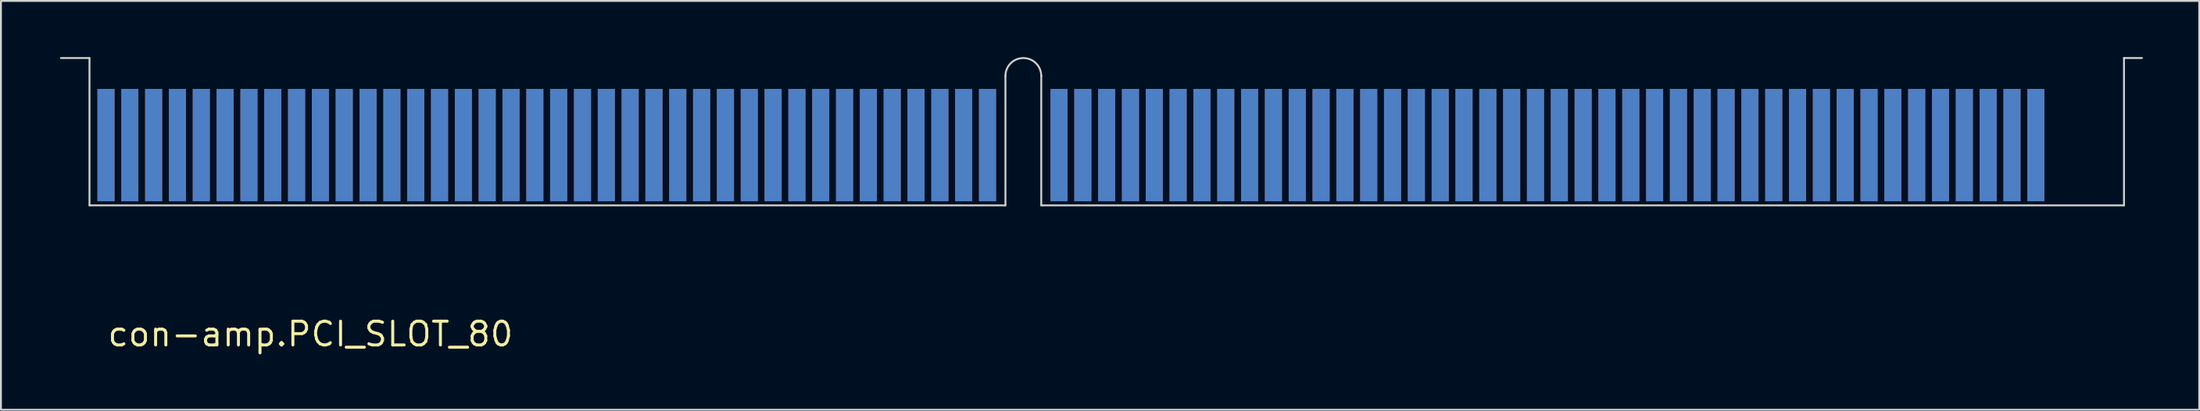
<source format=kicad_pcb>
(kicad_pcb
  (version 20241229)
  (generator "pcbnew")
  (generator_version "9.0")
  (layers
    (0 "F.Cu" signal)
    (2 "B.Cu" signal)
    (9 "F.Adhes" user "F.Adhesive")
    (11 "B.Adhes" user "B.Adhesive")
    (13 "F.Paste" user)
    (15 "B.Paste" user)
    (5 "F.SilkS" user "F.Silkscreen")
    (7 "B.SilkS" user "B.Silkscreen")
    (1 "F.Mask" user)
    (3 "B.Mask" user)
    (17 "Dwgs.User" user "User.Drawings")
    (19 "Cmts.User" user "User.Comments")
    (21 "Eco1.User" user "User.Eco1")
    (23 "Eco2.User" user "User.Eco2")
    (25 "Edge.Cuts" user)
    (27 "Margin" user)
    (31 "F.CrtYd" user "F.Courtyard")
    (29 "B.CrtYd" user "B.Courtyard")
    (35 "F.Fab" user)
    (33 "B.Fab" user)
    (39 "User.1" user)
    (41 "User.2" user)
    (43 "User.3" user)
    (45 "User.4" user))
  (footprint "con-amp.PCI_SLOT_80"
    (layer "F.Cu")
    (at 2.6 7.92)
    (property "Reference" "con-amp.PCI_SLOT_80" (at 0 7.62 0) (layer "F.SilkS") (effects (font (size 1.27 1.27) (thickness 0.16)) (justify left bottom)))
    (attr smd)
    (fp_line (start -2.15 3.81) (end 105.8 3.81) (stroke (width 0.9) (type default)) (layer "F.Mask"))
    (fp_line (start 0 -5.915) (end 0 3.52) (stroke (width 0.91) (type default)) (layer "F.Mask"))
    (fp_line (start 1.27 -5.915) (end 1.27 3.52) (stroke (width 0.91) (type default)) (layer "F.Mask"))
    (fp_line (start 2.54 -5.915) (end 2.54 3.52) (stroke (width 0.91) (type default)) (layer "F.Mask"))
    (fp_line (start 3.81 -5.915) (end 3.81 3.52) (stroke (width 0.91) (type default)) (layer "F.Mask"))
    (fp_line (start 5.08 -5.915) (end 5.08 3.52) (stroke (width 0.91) (type default)) (layer "F.Mask"))
    (fp_line (start 6.35 -5.915) (end 6.35 3.52) (stroke (width 0.91) (type default)) (layer "F.Mask"))
    (fp_line (start 7.62 -5.915) (end 7.62 3.52) (stroke (width 0.91) (type default)) (layer "F.Mask"))
    (fp_line (start 8.89 -5.915) (end 8.89 3.52) (stroke (width 0.91) (type default)) (layer "F.Mask"))
    (fp_line (start 10.16 -5.915) (end 10.16 3.52) (stroke (width 0.91) (type default)) (layer "F.Mask"))
    (fp_line (start 11.43 -5.915) (end 11.43 3.52) (stroke (width 0.91) (type default)) (layer "F.Mask"))
    (fp_line (start 12.7 -5.915) (end 12.7 3.52) (stroke (width 0.91) (type default)) (layer "F.Mask"))
    (fp_line (start 13.97 -5.915) (end 13.97 3.52) (stroke (width 0.91) (type default)) (layer "F.Mask"))
    (fp_line (start 15.24 -5.915) (end 15.24 3.52) (stroke (width 0.91) (type default)) (layer "F.Mask"))
    (fp_line (start 16.51 -5.915) (end 16.51 3.52) (stroke (width 0.91) (type default)) (layer "F.Mask"))
    (fp_line (start 17.78 -5.915) (end 17.78 3.52) (stroke (width 0.91) (type default)) (layer "F.Mask"))
    (fp_line (start 19.05 -5.915) (end 19.05 3.52) (stroke (width 0.91) (type default)) (layer "F.Mask"))
    (fp_line (start 20.32 -5.915) (end 20.32 3.52) (stroke (width 0.91) (type default)) (layer "F.Mask"))
    (fp_line (start 21.59 -5.915) (end 21.59 3.52) (stroke (width 0.91) (type default)) (layer "F.Mask"))
    (fp_line (start 22.86 -5.915) (end 22.86 3.52) (stroke (width 0.91) (type default)) (layer "F.Mask"))
    (fp_line (start 24.13 -5.915) (end 24.13 3.52) (stroke (width 0.91) (type default)) (layer "F.Mask"))
    (fp_line (start 25.4 -5.915) (end 25.4 3.52) (stroke (width 0.91) (type default)) (layer "F.Mask"))
    (fp_line (start 26.67 -5.915) (end 26.67 3.52) (stroke (width 0.91) (type default)) (layer "F.Mask"))
    (fp_line (start 27.94 -5.915) (end 27.94 3.52) (stroke (width 0.91) (type default)) (layer "F.Mask"))
    (fp_line (start 29.21 -5.915) (end 29.21 3.52) (stroke (width 0.91) (type default)) (layer "F.Mask"))
    (fp_line (start 30.48 -5.915) (end 30.48 3.52) (stroke (width 0.91) (type default)) (layer "F.Mask"))
    (fp_line (start 31.75 -5.915) (end 31.75 3.52) (stroke (width 0.91) (type default)) (layer "F.Mask"))
    (fp_line (start 33.02 -5.915) (end 33.02 3.52) (stroke (width 0.91) (type default)) (layer "F.Mask"))
    (fp_line (start 34.29 -5.915) (end 34.29 3.52) (stroke (width 0.91) (type default)) (layer "F.Mask"))
    (fp_line (start 35.56 -5.915) (end 35.56 3.52) (stroke (width 0.91) (type default)) (layer "F.Mask"))
    (fp_line (start 36.83 -5.915) (end 36.83 3.52) (stroke (width 0.91) (type default)) (layer "F.Mask"))
    (fp_line (start 38.1 -5.915) (end 38.1 3.52) (stroke (width 0.91) (type default)) (layer "F.Mask"))
    (fp_line (start 39.37 -5.915) (end 39.37 3.52) (stroke (width 0.91) (type default)) (layer "F.Mask"))
    (fp_line (start 40.64 -5.915) (end 40.64 3.52) (stroke (width 0.91) (type default)) (layer "F.Mask"))
    (fp_line (start 41.91 -5.915) (end 41.91 3.52) (stroke (width 0.91) (type default)) (layer "F.Mask"))
    (fp_line (start 43.18 -5.915) (end 43.18 3.52) (stroke (width 0.91) (type default)) (layer "F.Mask"))
    (fp_line (start 44.45 -5.915) (end 44.45 3.52) (stroke (width 0.91) (type default)) (layer "F.Mask"))
    (fp_line (start 45.72 -5.915) (end 45.72 3.52) (stroke (width 0.91) (type default)) (layer "F.Mask"))
    (fp_line (start 46.99 -5.915) (end 46.99 3.52) (stroke (width 0.91) (type default)) (layer "F.Mask"))
    (fp_line (start 50.8 -5.915) (end 50.8 3.52) (stroke (width 0.91) (type default)) (layer "F.Mask"))
    (fp_line (start 52.07 -5.915) (end 52.07 3.52) (stroke (width 0.91) (type default)) (layer "F.Mask"))
    (fp_line (start 53.34 -5.915) (end 53.34 3.52) (stroke (width 0.91) (type default)) (layer "F.Mask"))
    (fp_line (start 54.61 -5.915) (end 54.61 3.52) (stroke (width 0.91) (type default)) (layer "F.Mask"))
    (fp_line (start 55.88 -5.915) (end 55.88 3.52) (stroke (width 0.91) (type default)) (layer "F.Mask"))
    (fp_line (start 57.15 -5.915) (end 57.15 3.52) (stroke (width 0.91) (type default)) (layer "F.Mask"))
    (fp_line (start 58.42 -5.915) (end 58.42 3.52) (stroke (width 0.91) (type default)) (layer "F.Mask"))
    (fp_line (start 59.69 -5.915) (end 59.69 3.52) (stroke (width 0.91) (type default)) (layer "F.Mask"))
    (fp_line (start 60.96 -5.915) (end 60.96 3.52) (stroke (width 0.91) (type default)) (layer "F.Mask"))
    (fp_line (start 62.23 -5.915) (end 62.23 3.52) (stroke (width 0.91) (type default)) (layer "F.Mask"))
    (fp_line (start 63.5 -5.915) (end 63.5 3.52) (stroke (width 0.91) (type default)) (layer "F.Mask"))
    (fp_line (start 64.77 -5.915) (end 64.77 3.52) (stroke (width 0.91) (type default)) (layer "F.Mask"))
    (fp_line (start 66.04 -5.915) (end 66.04 3.52) (stroke (width 0.91) (type default)) (layer "F.Mask"))
    (fp_line (start 67.31 -5.915) (end 67.31 3.52) (stroke (width 0.91) (type default)) (layer "F.Mask"))
    (fp_line (start 68.58 -5.915) (end 68.58 3.52) (stroke (width 0.91) (type default)) (layer "F.Mask"))
    (fp_line (start 69.85 -5.915) (end 69.85 3.52) (stroke (width 0.91) (type default)) (layer "F.Mask"))
    (fp_line (start 71.12 -5.915) (end 71.12 3.52) (stroke (width 0.91) (type default)) (layer "F.Mask"))
    (fp_line (start 72.39 -5.915) (end 72.39 3.52) (stroke (width 0.91) (type default)) (layer "F.Mask"))
    (fp_line (start 73.66 -5.915) (end 73.66 3.52) (stroke (width 0.91) (type default)) (layer "F.Mask"))
    (fp_line (start 74.93 -5.915) (end 74.93 3.52) (stroke (width 0.91) (type default)) (layer "F.Mask"))
    (fp_line (start 76.2 -5.915) (end 76.2 3.52) (stroke (width 0.91) (type default)) (layer "F.Mask"))
    (fp_line (start 77.47 -5.915) (end 77.47 3.52) (stroke (width 0.91) (type default)) (layer "F.Mask"))
    (fp_line (start 78.74 -5.915) (end 78.74 3.52) (stroke (width 0.91) (type default)) (layer "F.Mask"))
    (fp_line (start 80.01 -5.915) (end 80.01 3.52) (stroke (width 0.91) (type default)) (layer "F.Mask"))
    (fp_line (start 81.28 -5.915) (end 81.28 3.52) (stroke (width 0.91) (type default)) (layer "F.Mask"))
    (fp_line (start 82.55 -5.915) (end 82.55 3.52) (stroke (width 0.91) (type default)) (layer "F.Mask"))
    (fp_line (start 83.82 -5.915) (end 83.82 3.52) (stroke (width 0.91) (type default)) (layer "F.Mask"))
    (fp_line (start 85.09 -5.915) (end 85.09 3.52) (stroke (width 0.91) (type default)) (layer "F.Mask"))
    (fp_line (start 86.36 -5.915) (end 86.36 3.52) (stroke (width 0.91) (type default)) (layer "F.Mask"))
    (fp_line (start 87.63 -5.915) (end 87.63 3.52) (stroke (width 0.91) (type default)) (layer "F.Mask"))
    (fp_line (start 88.9 -5.915) (end 88.9 3.52) (stroke (width 0.91) (type default)) (layer "F.Mask"))
    (fp_line (start 90.17 -5.915) (end 90.17 3.52) (stroke (width 0.91) (type default)) (layer "F.Mask"))
    (fp_line (start 91.44 -5.915) (end 91.44 3.52) (stroke (width 0.91) (type default)) (layer "F.Mask"))
    (fp_line (start 92.71 -5.915) (end 92.71 3.52) (stroke (width 0.91) (type default)) (layer "F.Mask"))
    (fp_line (start 93.98 -5.915) (end 93.98 3.52) (stroke (width 0.91) (type default)) (layer "F.Mask"))
    (fp_line (start 95.25 -5.915) (end 95.25 3.52) (stroke (width 0.91) (type default)) (layer "F.Mask"))
    (fp_line (start 96.52 -5.915) (end 96.52 3.52) (stroke (width 0.91) (type default)) (layer "F.Mask"))
    (fp_line (start 97.79 -5.915) (end 97.79 3.52) (stroke (width 0.91) (type default)) (layer "F.Mask"))
    (fp_line (start 99.06 -5.915) (end 99.06 3.52) (stroke (width 0.91) (type default)) (layer "F.Mask"))
    (fp_line (start 100.33 -5.915) (end 100.33 3.52) (stroke (width 0.91) (type default)) (layer "F.Mask"))
    (fp_line (start 101.6 -5.915) (end 101.6 3.52) (stroke (width 0.91) (type default)) (layer "F.Mask"))
    (fp_line (start 102.87 -5.915) (end 102.87 3.52) (stroke (width 0.91) (type default)) (layer "F.Mask"))
    (fp_line (start 0 3.52) (end 0 -5.915) (stroke (width 0.91) (type default)) (layer "B.Mask"))
    (fp_line (start 1.27 3.52) (end 1.27 -5.915) (stroke (width 0.91) (type default)) (layer "B.Mask"))
    (fp_line (start 2.54 3.52) (end 2.54 -5.915) (stroke (width 0.91) (type default)) (layer "B.Mask"))
    (fp_line (start 3.81 3.52) (end 3.81 -5.915) (stroke (width 0.91) (type default)) (layer "B.Mask"))
    (fp_line (start 5.08 3.52) (end 5.08 -5.915) (stroke (width 0.91) (type default)) (layer "B.Mask"))
    (fp_line (start 6.35 3.52) (end 6.35 -5.915) (stroke (width 0.91) (type default)) (layer "B.Mask"))
    (fp_line (start 7.62 3.52) (end 7.62 -5.915) (stroke (width 0.91) (type default)) (layer "B.Mask"))
    (fp_line (start 8.89 3.52) (end 8.89 -5.915) (stroke (width 0.91) (type default)) (layer "B.Mask"))
    (fp_line (start 10.16 3.52) (end 10.16 -5.915) (stroke (width 0.91) (type default)) (layer "B.Mask"))
    (fp_line (start 11.43 3.52) (end 11.43 -5.915) (stroke (width 0.91) (type default)) (layer "B.Mask"))
    (fp_line (start 12.7 3.52) (end 12.7 -5.915) (stroke (width 0.91) (type default)) (layer "B.Mask"))
    (fp_line (start 13.97 3.52) (end 13.97 -5.915) (stroke (width 0.91) (type default)) (layer "B.Mask"))
    (fp_line (start 15.24 3.52) (end 15.24 -5.915) (stroke (width 0.91) (type default)) (layer "B.Mask"))
    (fp_line (start 16.51 3.52) (end 16.51 -5.915) (stroke (width 0.91) (type default)) (layer "B.Mask"))
    (fp_line (start 17.78 3.52) (end 17.78 -5.915) (stroke (width 0.91) (type default)) (layer "B.Mask"))
    (fp_line (start 19.05 3.52) (end 19.05 -5.915) (stroke (width 0.91) (type default)) (layer "B.Mask"))
    (fp_line (start 20.32 3.52) (end 20.32 -5.915) (stroke (width 0.91) (type default)) (layer "B.Mask"))
    (fp_line (start 21.59 3.52) (end 21.59 -5.915) (stroke (width 0.91) (type default)) (layer "B.Mask"))
    (fp_line (start 22.86 3.52) (end 22.86 -5.915) (stroke (width 0.91) (type default)) (layer "B.Mask"))
    (fp_line (start 24.13 3.52) (end 24.13 -5.915) (stroke (width 0.91) (type default)) (layer "B.Mask"))
    (fp_line (start 25.4 3.52) (end 25.4 -5.915) (stroke (width 0.91) (type default)) (layer "B.Mask"))
    (fp_line (start 26.67 3.52) (end 26.67 -5.915) (stroke (width 0.91) (type default)) (layer "B.Mask"))
    (fp_line (start 27.94 3.52) (end 27.94 -5.915) (stroke (width 0.91) (type default)) (layer "B.Mask"))
    (fp_line (start 29.21 3.52) (end 29.21 -5.915) (stroke (width 0.91) (type default)) (layer "B.Mask"))
    (fp_line (start 30.48 3.52) (end 30.48 -5.915) (stroke (width 0.91) (type default)) (layer "B.Mask"))
    (fp_line (start 31.75 3.52) (end 31.75 -5.915) (stroke (width 0.91) (type default)) (layer "B.Mask"))
    (fp_line (start 33.02 3.52) (end 33.02 -5.915) (stroke (width 0.91) (type default)) (layer "B.Mask"))
    (fp_line (start 34.29 3.52) (end 34.29 -5.915) (stroke (width 0.91) (type default)) (layer "B.Mask"))
    (fp_line (start 35.56 3.52) (end 35.56 -5.915) (stroke (width 0.91) (type default)) (layer "B.Mask"))
    (fp_line (start 36.83 3.52) (end 36.83 -5.915) (stroke (width 0.91) (type default)) (layer "B.Mask"))
    (fp_line (start 38.1 3.52) (end 38.1 -5.915) (stroke (width 0.91) (type default)) (layer "B.Mask"))
    (fp_line (start 39.37 3.52) (end 39.37 -5.915) (stroke (width 0.91) (type default)) (layer "B.Mask"))
    (fp_line (start 40.64 3.52) (end 40.64 -5.915) (stroke (width 0.91) (type default)) (layer "B.Mask"))
    (fp_line (start 41.91 3.52) (end 41.91 -5.915) (stroke (width 0.91) (type default)) (layer "B.Mask"))
    (fp_line (start 43.18 3.52) (end 43.18 -5.915) (stroke (width 0.91) (type default)) (layer "B.Mask"))
    (fp_line (start 44.45 3.52) (end 44.45 -5.915) (stroke (width 0.91) (type default)) (layer "B.Mask"))
    (fp_line (start 45.72 3.52) (end 45.72 -5.915) (stroke (width 0.91) (type default)) (layer "B.Mask"))
    (fp_line (start 46.99 3.52) (end 46.99 -5.915) (stroke (width 0.91) (type default)) (layer "B.Mask"))
    (fp_line (start 50.8 3.52) (end 50.8 -5.915) (stroke (width 0.91) (type default)) (layer "B.Mask"))
    (fp_line (start 52.07 3.52) (end 52.07 -5.915) (stroke (width 0.91) (type default)) (layer "B.Mask"))
    (fp_line (start 53.34 3.52) (end 53.34 -5.915) (stroke (width 0.91) (type default)) (layer "B.Mask"))
    (fp_line (start 54.61 3.52) (end 54.61 -5.915) (stroke (width 0.91) (type default)) (layer "B.Mask"))
    (fp_line (start 55.88 3.52) (end 55.88 -5.915) (stroke (width 0.91) (type default)) (layer "B.Mask"))
    (fp_line (start 57.15 3.52) (end 57.15 -5.915) (stroke (width 0.91) (type default)) (layer "B.Mask"))
    (fp_line (start 58.42 3.52) (end 58.42 -5.915) (stroke (width 0.91) (type default)) (layer "B.Mask"))
    (fp_line (start 59.69 3.52) (end 59.69 -5.915) (stroke (width 0.91) (type default)) (layer "B.Mask"))
    (fp_line (start 60.96 3.52) (end 60.96 -5.915) (stroke (width 0.91) (type default)) (layer "B.Mask"))
    (fp_line (start 62.23 3.52) (end 62.23 -5.915) (stroke (width 0.91) (type default)) (layer "B.Mask"))
    (fp_line (start 63.5 3.52) (end 63.5 -5.915) (stroke (width 0.91) (type default)) (layer "B.Mask"))
    (fp_line (start 64.77 3.52) (end 64.77 -5.915) (stroke (width 0.91) (type default)) (layer "B.Mask"))
    (fp_line (start 66.04 3.52) (end 66.04 -5.915) (stroke (width 0.91) (type default)) (layer "B.Mask"))
    (fp_line (start 67.31 3.52) (end 67.31 -5.915) (stroke (width 0.91) (type default)) (layer "B.Mask"))
    (fp_line (start 68.58 3.52) (end 68.58 -5.915) (stroke (width 0.91) (type default)) (layer "B.Mask"))
    (fp_line (start 69.85 3.52) (end 69.85 -5.915) (stroke (width 0.91) (type default)) (layer "B.Mask"))
    (fp_line (start 71.12 3.52) (end 71.12 -5.915) (stroke (width 0.91) (type default)) (layer "B.Mask"))
    (fp_line (start 72.39 3.52) (end 72.39 -5.915) (stroke (width 0.91) (type default)) (layer "B.Mask"))
    (fp_line (start 73.66 3.52) (end 73.66 -5.915) (stroke (width 0.91) (type default)) (layer "B.Mask"))
    (fp_line (start 74.93 3.52) (end 74.93 -5.915) (stroke (width 0.91) (type default)) (layer "B.Mask"))
    (fp_line (start 76.2 3.52) (end 76.2 -5.915) (stroke (width 0.91) (type default)) (layer "B.Mask"))
    (fp_line (start 77.47 3.52) (end 77.47 -5.915) (stroke (width 0.91) (type default)) (layer "B.Mask"))
    (fp_line (start 78.74 3.52) (end 78.74 -5.915) (stroke (width 0.91) (type default)) (layer "B.Mask"))
    (fp_line (start 80.01 3.52) (end 80.01 -5.915) (stroke (width 0.91) (type default)) (layer "B.Mask"))
    (fp_line (start 81.28 3.52) (end 81.28 -5.915) (stroke (width 0.91) (type default)) (layer "B.Mask"))
    (fp_line (start 82.55 3.52) (end 82.55 -5.915) (stroke (width 0.91) (type default)) (layer "B.Mask"))
    (fp_line (start 83.82 3.52) (end 83.82 -5.915) (stroke (width 0.91) (type default)) (layer "B.Mask"))
    (fp_line (start 85.09 3.52) (end 85.09 -5.915) (stroke (width 0.91) (type default)) (layer "B.Mask"))
    (fp_line (start 86.36 3.52) (end 86.36 -5.915) (stroke (width 0.91) (type default)) (layer "B.Mask"))
    (fp_line (start 87.63 3.52) (end 87.63 -5.915) (stroke (width 0.91) (type default)) (layer "B.Mask"))
    (fp_line (start 88.9 3.52) (end 88.9 -5.915) (stroke (width 0.91) (type default)) (layer "B.Mask"))
    (fp_line (start 90.17 3.52) (end 90.17 -5.915) (stroke (width 0.91) (type default)) (layer "B.Mask"))
    (fp_line (start 91.44 3.52) (end 91.44 -5.915) (stroke (width 0.91) (type default)) (layer "B.Mask"))
    (fp_line (start 92.71 3.52) (end 92.71 -5.915) (stroke (width 0.91) (type default)) (layer "B.Mask"))
    (fp_line (start 93.98 3.52) (end 93.98 -5.915) (stroke (width 0.91) (type default)) (layer "B.Mask"))
    (fp_line (start 95.25 3.52) (end 95.25 -5.915) (stroke (width 0.91) (type default)) (layer "B.Mask"))
    (fp_line (start 96.52 3.52) (end 96.52 -5.915) (stroke (width 0.91) (type default)) (layer "B.Mask"))
    (fp_line (start 97.79 3.52) (end 97.79 -5.915) (stroke (width 0.91) (type default)) (layer "B.Mask"))
    (fp_line (start 99.06 3.52) (end 99.06 -5.915) (stroke (width 0.91) (type default)) (layer "B.Mask"))
    (fp_line (start 100.33 3.52) (end 100.33 -5.915) (stroke (width 0.91) (type default)) (layer "B.Mask"))
    (fp_line (start 101.6 3.52) (end 101.6 -5.915) (stroke (width 0.91) (type default)) (layer "B.Mask"))
    (fp_line (start 102.87 3.52) (end 102.87 -5.915) (stroke (width 0.91) (type default)) (layer "B.Mask"))
    (fp_line (start 105.8 3.81) (end -2.15 3.81) (stroke (width 0.9) (type default)) (layer "B.Mask"))
    (fp_line (start -0.88 -7.87) (end -2.4 -7.87) (stroke (width 0.1) (type default)) (layer "Edge.Cuts"))
    (fp_line (start -0.88 0) (end -0.88 -7.87) (stroke (width 0.1) (type default)) (layer "Edge.Cuts"))
    (fp_line (start -0.88 0) (end 47.945 0) (stroke (width 0.1) (type default)) (layer "Edge.Cuts"))
    (fp_line (start 47.945 0) (end 47.945 -6.915) (stroke (width 0.1) (type default)) (layer "Edge.Cuts"))
    (fp_line (start 49.855 0) (end 49.855 -6.915) (stroke (width 0.1) (type default)) (layer "Edge.Cuts"))
    (fp_line (start 49.855 0) (end 107.57 0) (stroke (width 0.1) (type default)) (layer "Edge.Cuts"))
    (fp_line (start 107.57 -7.87) (end 108.53 -7.87) (stroke (width 0.1) (type default)) (layer "Edge.Cuts"))
    (fp_line (start 107.57 0) (end 107.57 -7.87) (stroke (width 0.1) (type default)) (layer "Edge.Cuts"))
    (fp_arc (start 47.945 -6.915) (mid 48.9 -7.87) (end 49.855 -6.915) (stroke (width 0.1) (type default)) (layer "Edge.Cuts"))
    (pad "1" smd roundrect (at 0 -3.22) (size 0.91 6) (layers "F.Cu" "F.Mask" "F.Paste") (roundrect_rratio 0.01))
    (pad "2" smd roundrect (at 0 -3.22) (size 0.91 6) (layers "B.Cu" "B.Mask" "B.Paste") (roundrect_rratio 0.01))
    (pad "3" smd roundrect (at 1.27 -3.22) (size 0.91 6) (layers "F.Cu" "F.Mask" "F.Paste") (roundrect_rratio 0.01))
    (pad "4" smd roundrect (at 1.27 -3.22) (size 0.91 6) (layers "B.Cu" "B.Mask" "B.Paste") (roundrect_rratio 0.01))
    (pad "5" smd roundrect (at 2.54 -3.22) (size 0.91 6) (layers "F.Cu" "F.Mask" "F.Paste") (roundrect_rratio 0.01))
    (pad "6" smd roundrect (at 2.54 -3.22) (size 0.91 6) (layers "B.Cu" "B.Mask" "B.Paste") (roundrect_rratio 0.01))
    (pad "7" smd roundrect (at 3.81 -3.22) (size 0.91 6) (layers "F.Cu" "F.Mask" "F.Paste") (roundrect_rratio 0.01))
    (pad "8" smd roundrect (at 3.81 -3.22) (size 0.91 6) (layers "B.Cu" "B.Mask" "B.Paste") (roundrect_rratio 0.01))
    (pad "9" smd roundrect (at 5.08 -3.22) (size 0.91 6) (layers "F.Cu" "F.Mask" "F.Paste") (roundrect_rratio 0.01))
    (pad "10" smd roundrect (at 5.08 -3.22) (size 0.91 6) (layers "B.Cu" "B.Mask" "B.Paste") (roundrect_rratio 0.01))
    (pad "11" smd roundrect (at 6.35 -3.22) (size 0.91 6) (layers "F.Cu" "F.Mask" "F.Paste") (roundrect_rratio 0.01))
    (pad "12" smd roundrect (at 6.35 -3.22) (size 0.91 6) (layers "B.Cu" "B.Mask" "B.Paste") (roundrect_rratio 0.01))
    (pad "13" smd roundrect (at 7.62 -3.22) (size 0.91 6) (layers "F.Cu" "F.Mask" "F.Paste") (roundrect_rratio 0.01))
    (pad "14" smd roundrect (at 7.62 -3.22) (size 0.91 6) (layers "B.Cu" "B.Mask" "B.Paste") (roundrect_rratio 0.01))
    (pad "15" smd roundrect (at 8.89 -3.22) (size 0.91 6) (layers "F.Cu" "F.Mask" "F.Paste") (roundrect_rratio 0.01))
    (pad "16" smd roundrect (at 8.89 -3.22) (size 0.91 6) (layers "B.Cu" "B.Mask" "B.Paste") (roundrect_rratio 0.01))
    (pad "17" smd roundrect (at 10.16 -3.22) (size 0.91 6) (layers "F.Cu" "F.Mask" "F.Paste") (roundrect_rratio 0.01))
    (pad "18" smd roundrect (at 10.16 -3.22) (size 0.91 6) (layers "B.Cu" "B.Mask" "B.Paste") (roundrect_rratio 0.01))
    (pad "19" smd roundrect (at 11.43 -3.22) (size 0.91 6) (layers "F.Cu" "F.Mask" "F.Paste") (roundrect_rratio 0.01))
    (pad "20" smd roundrect (at 11.43 -3.22) (size 0.91 6) (layers "B.Cu" "B.Mask" "B.Paste") (roundrect_rratio 0.01))
    (pad "21" smd roundrect (at 12.7 -3.22) (size 0.91 6) (layers "F.Cu" "F.Mask" "F.Paste") (roundrect_rratio 0.01))
    (pad "22" smd roundrect (at 12.7 -3.22) (size 0.91 6) (layers "B.Cu" "B.Mask" "B.Paste") (roundrect_rratio 0.01))
    (pad "23" smd roundrect (at 13.97 -3.22) (size 0.91 6) (layers "F.Cu" "F.Mask" "F.Paste") (roundrect_rratio 0.01))
    (pad "24" smd roundrect (at 13.97 -3.22) (size 0.91 6) (layers "B.Cu" "B.Mask" "B.Paste") (roundrect_rratio 0.01))
    (pad "25" smd roundrect (at 15.24 -3.22) (size 0.91 6) (layers "F.Cu" "F.Mask" "F.Paste") (roundrect_rratio 0.01))
    (pad "26" smd roundrect (at 15.24 -3.22) (size 0.91 6) (layers "B.Cu" "B.Mask" "B.Paste") (roundrect_rratio 0.01))
    (pad "27" smd roundrect (at 16.51 -3.22) (size 0.91 6) (layers "F.Cu" "F.Mask" "F.Paste") (roundrect_rratio 0.01))
    (pad "28" smd roundrect (at 16.51 -3.22) (size 0.91 6) (layers "B.Cu" "B.Mask" "B.Paste") (roundrect_rratio 0.01))
    (pad "29" smd roundrect (at 17.78 -3.22) (size 0.91 6) (layers "F.Cu" "F.Mask" "F.Paste") (roundrect_rratio 0.01))
    (pad "30" smd roundrect (at 17.78 -3.22) (size 0.91 6) (layers "B.Cu" "B.Mask" "B.Paste") (roundrect_rratio 0.01))
    (pad "31" smd roundrect (at 19.05 -3.22) (size 0.91 6) (layers "F.Cu" "F.Mask" "F.Paste") (roundrect_rratio 0.01))
    (pad "32" smd roundrect (at 19.05 -3.22) (size 0.91 6) (layers "B.Cu" "B.Mask" "B.Paste") (roundrect_rratio 0.01))
    (pad "33" smd roundrect (at 20.32 -3.22) (size 0.91 6) (layers "F.Cu" "F.Mask" "F.Paste") (roundrect_rratio 0.01))
    (pad "34" smd roundrect (at 20.32 -3.22) (size 0.91 6) (layers "B.Cu" "B.Mask" "B.Paste") (roundrect_rratio 0.01))
    (pad "35" smd roundrect (at 21.59 -3.22) (size 0.91 6) (layers "F.Cu" "F.Mask" "F.Paste") (roundrect_rratio 0.01))
    (pad "36" smd roundrect (at 21.59 -3.22) (size 0.91 6) (layers "B.Cu" "B.Mask" "B.Paste") (roundrect_rratio 0.01))
    (pad "37" smd roundrect (at 22.86 -3.22) (size 0.91 6) (layers "F.Cu" "F.Mask" "F.Paste") (roundrect_rratio 0.01))
    (pad "38" smd roundrect (at 22.86 -3.22) (size 0.91 6) (layers "B.Cu" "B.Mask" "B.Paste") (roundrect_rratio 0.01))
    (pad "39" smd roundrect (at 24.13 -3.22) (size 0.91 6) (layers "F.Cu" "F.Mask" "F.Paste") (roundrect_rratio 0.01))
    (pad "40" smd roundrect (at 24.13 -3.22) (size 0.91 6) (layers "B.Cu" "B.Mask" "B.Paste") (roundrect_rratio 0.01))
    (pad "41" smd roundrect (at 25.4 -3.22) (size 0.91 6) (layers "F.Cu" "F.Mask" "F.Paste") (roundrect_rratio 0.01))
    (pad "42" smd roundrect (at 25.4 -3.22) (size 0.91 6) (layers "B.Cu" "B.Mask" "B.Paste") (roundrect_rratio 0.01))
    (pad "43" smd roundrect (at 26.67 -3.22) (size 0.91 6) (layers "F.Cu" "F.Mask" "F.Paste") (roundrect_rratio 0.01))
    (pad "44" smd roundrect (at 26.67 -3.22) (size 0.91 6) (layers "B.Cu" "B.Mask" "B.Paste") (roundrect_rratio 0.01))
    (pad "45" smd roundrect (at 27.94 -3.22) (size 0.91 6) (layers "F.Cu" "F.Mask" "F.Paste") (roundrect_rratio 0.01))
    (pad "46" smd roundrect (at 27.94 -3.22) (size 0.91 6) (layers "B.Cu" "B.Mask" "B.Paste") (roundrect_rratio 0.01))
    (pad "47" smd roundrect (at 29.21 -3.22) (size 0.91 6) (layers "F.Cu" "F.Mask" "F.Paste") (roundrect_rratio 0.01))
    (pad "48" smd roundrect (at 29.21 -3.22) (size 0.91 6) (layers "B.Cu" "B.Mask" "B.Paste") (roundrect_rratio 0.01))
    (pad "49" smd roundrect (at 30.48 -3.22) (size 0.91 6) (layers "F.Cu" "F.Mask" "F.Paste") (roundrect_rratio 0.01))
    (pad "50" smd roundrect (at 30.48 -3.22) (size 0.91 6) (layers "B.Cu" "B.Mask" "B.Paste") (roundrect_rratio 0.01))
    (pad "51" smd roundrect (at 31.75 -3.22) (size 0.91 6) (layers "F.Cu" "F.Mask" "F.Paste") (roundrect_rratio 0.01))
    (pad "52" smd roundrect (at 31.75 -3.22) (size 0.91 6) (layers "B.Cu" "B.Mask" "B.Paste") (roundrect_rratio 0.01))
    (pad "53" smd roundrect (at 33.02 -3.22) (size 0.91 6) (layers "F.Cu" "F.Mask" "F.Paste") (roundrect_rratio 0.01))
    (pad "54" smd roundrect (at 33.02 -3.22) (size 0.91 6) (layers "B.Cu" "B.Mask" "B.Paste") (roundrect_rratio 0.01))
    (pad "55" smd roundrect (at 34.29 -3.22) (size 0.91 6) (layers "F.Cu" "F.Mask" "F.Paste") (roundrect_rratio 0.01))
    (pad "56" smd roundrect (at 34.29 -3.22) (size 0.91 6) (layers "B.Cu" "B.Mask" "B.Paste") (roundrect_rratio 0.01))
    (pad "57" smd roundrect (at 35.56 -3.22) (size 0.91 6) (layers "F.Cu" "F.Mask" "F.Paste") (roundrect_rratio 0.01))
    (pad "58" smd roundrect (at 35.56 -3.22) (size 0.91 6) (layers "B.Cu" "B.Mask" "B.Paste") (roundrect_rratio 0.01))
    (pad "59" smd roundrect (at 36.83 -3.22) (size 0.91 6) (layers "F.Cu" "F.Mask" "F.Paste") (roundrect_rratio 0.01))
    (pad "60" smd roundrect (at 36.83 -3.22) (size 0.91 6) (layers "B.Cu" "B.Mask" "B.Paste") (roundrect_rratio 0.01))
    (pad "61" smd roundrect (at 38.1 -3.22) (size 0.91 6) (layers "F.Cu" "F.Mask" "F.Paste") (roundrect_rratio 0.01))
    (pad "62" smd roundrect (at 38.1 -3.22) (size 0.91 6) (layers "B.Cu" "B.Mask" "B.Paste") (roundrect_rratio 0.01))
    (pad "63" smd roundrect (at 39.37 -3.22) (size 0.91 6) (layers "F.Cu" "F.Mask" "F.Paste") (roundrect_rratio 0.01))
    (pad "64" smd roundrect (at 39.37 -3.22) (size 0.91 6) (layers "B.Cu" "B.Mask" "B.Paste") (roundrect_rratio 0.01))
    (pad "65" smd roundrect (at 40.64 -3.22) (size 0.91 6) (layers "F.Cu" "F.Mask" "F.Paste") (roundrect_rratio 0.01))
    (pad "66" smd roundrect (at 40.64 -3.22) (size 0.91 6) (layers "B.Cu" "B.Mask" "B.Paste") (roundrect_rratio 0.01))
    (pad "67" smd roundrect (at 41.91 -3.22) (size 0.91 6) (layers "F.Cu" "F.Mask" "F.Paste") (roundrect_rratio 0.01))
    (pad "68" smd roundrect (at 41.91 -3.22) (size 0.91 6) (layers "B.Cu" "B.Mask" "B.Paste") (roundrect_rratio 0.01))
    (pad "69" smd roundrect (at 43.18 -3.22) (size 0.91 6) (layers "F.Cu" "F.Mask" "F.Paste") (roundrect_rratio 0.01))
    (pad "70" smd roundrect (at 43.18 -3.22) (size 0.91 6) (layers "B.Cu" "B.Mask" "B.Paste") (roundrect_rratio 0.01))
    (pad "71" smd roundrect (at 44.45 -3.22) (size 0.91 6) (layers "F.Cu" "F.Mask" "F.Paste") (roundrect_rratio 0.01))
    (pad "72" smd roundrect (at 44.45 -3.22) (size 0.91 6) (layers "B.Cu" "B.Mask" "B.Paste") (roundrect_rratio 0.01))
    (pad "73" smd roundrect (at 45.72 -3.22) (size 0.91 6) (layers "F.Cu" "F.Mask" "F.Paste") (roundrect_rratio 0.01))
    (pad "74" smd roundrect (at 45.72 -3.22) (size 0.91 6) (layers "B.Cu" "B.Mask" "B.Paste") (roundrect_rratio 0.01))
    (pad "75" smd roundrect (at 46.99 -3.22) (size 0.91 6) (layers "F.Cu" "F.Mask" "F.Paste") (roundrect_rratio 0.01))
    (pad "76" smd roundrect (at 46.99 -3.22) (size 0.91 6) (layers "B.Cu" "B.Mask" "B.Paste") (roundrect_rratio 0.01))
    (pad "77" smd roundrect (at 50.8 -3.22) (size 0.91 6) (layers "F.Cu" "F.Mask" "F.Paste") (roundrect_rratio 0.01))
    (pad "78" smd roundrect (at 50.8 -3.22) (size 0.91 6) (layers "B.Cu" "B.Mask" "B.Paste") (roundrect_rratio 0.01))
    (pad "79" smd roundrect (at 52.07 -3.22) (size 0.91 6) (layers "F.Cu" "F.Mask" "F.Paste") (roundrect_rratio 0.01))
    (pad "80" smd roundrect (at 52.07 -3.22) (size 0.91 6) (layers "B.Cu" "B.Mask" "B.Paste") (roundrect_rratio 0.01))
    (pad "81" smd roundrect (at 53.34 -3.22) (size 0.91 6) (layers "F.Cu" "F.Mask" "F.Paste") (roundrect_rratio 0.01))
    (pad "82" smd roundrect (at 53.34 -3.22) (size 0.91 6) (layers "B.Cu" "B.Mask" "B.Paste") (roundrect_rratio 0.01))
    (pad "83" smd roundrect (at 54.61 -3.22) (size 0.91 6) (layers "F.Cu" "F.Mask" "F.Paste") (roundrect_rratio 0.01))
    (pad "84" smd roundrect (at 54.61 -3.22) (size 0.91 6) (layers "B.Cu" "B.Mask" "B.Paste") (roundrect_rratio 0.01))
    (pad "85" smd roundrect (at 55.88 -3.22) (size 0.91 6) (layers "F.Cu" "F.Mask" "F.Paste") (roundrect_rratio 0.01))
    (pad "86" smd roundrect (at 55.88 -3.22) (size 0.91 6) (layers "B.Cu" "B.Mask" "B.Paste") (roundrect_rratio 0.01))
    (pad "87" smd roundrect (at 57.15 -3.22) (size 0.91 6) (layers "F.Cu" "F.Mask" "F.Paste") (roundrect_rratio 0.01))
    (pad "88" smd roundrect (at 57.15 -3.22) (size 0.91 6) (layers "B.Cu" "B.Mask" "B.Paste") (roundrect_rratio 0.01))
    (pad "89" smd roundrect (at 58.42 -3.22) (size 0.91 6) (layers "F.Cu" "F.Mask" "F.Paste") (roundrect_rratio 0.01))
    (pad "90" smd roundrect (at 58.42 -3.22) (size 0.91 6) (layers "B.Cu" "B.Mask" "B.Paste") (roundrect_rratio 0.01))
    (pad "91" smd roundrect (at 59.69 -3.22) (size 0.91 6) (layers "F.Cu" "F.Mask" "F.Paste") (roundrect_rratio 0.01))
    (pad "92" smd roundrect (at 59.69 -3.22) (size 0.91 6) (layers "B.Cu" "B.Mask" "B.Paste") (roundrect_rratio 0.01))
    (pad "93" smd roundrect (at 60.96 -3.22) (size 0.91 6) (layers "F.Cu" "F.Mask" "F.Paste") (roundrect_rratio 0.01))
    (pad "94" smd roundrect (at 60.96 -3.22) (size 0.91 6) (layers "B.Cu" "B.Mask" "B.Paste") (roundrect_rratio 0.01))
    (pad "95" smd roundrect (at 62.23 -3.22) (size 0.91 6) (layers "F.Cu" "F.Mask" "F.Paste") (roundrect_rratio 0.01))
    (pad "96" smd roundrect (at 62.23 -3.22) (size 0.91 6) (layers "B.Cu" "B.Mask" "B.Paste") (roundrect_rratio 0.01))
    (pad "97" smd roundrect (at 63.5 -3.22) (size 0.91 6) (layers "F.Cu" "F.Mask" "F.Paste") (roundrect_rratio 0.01))
    (pad "98" smd roundrect (at 63.5 -3.22) (size 0.91 6) (layers "B.Cu" "B.Mask" "B.Paste") (roundrect_rratio 0.01))
    (pad "99" smd roundrect (at 64.77 -3.22) (size 0.91 6) (layers "F.Cu" "F.Mask" "F.Paste") (roundrect_rratio 0.01))
    (pad "100" smd roundrect (at 64.77 -3.22) (size 0.91 6) (layers "B.Cu" "B.Mask" "B.Paste") (roundrect_rratio 0.01))
    (pad "101" smd roundrect (at 66.04 -3.22) (size 0.91 6) (layers "F.Cu" "F.Mask" "F.Paste") (roundrect_rratio 0.01))
    (pad "102" smd roundrect (at 66.04 -3.22) (size 0.91 6) (layers "B.Cu" "B.Mask" "B.Paste") (roundrect_rratio 0.01))
    (pad "103" smd roundrect (at 67.31 -3.22) (size 0.91 6) (layers "F.Cu" "F.Mask" "F.Paste") (roundrect_rratio 0.01))
    (pad "104" smd roundrect (at 67.31 -3.22) (size 0.91 6) (layers "B.Cu" "B.Mask" "B.Paste") (roundrect_rratio 0.01))
    (pad "105" smd roundrect (at 68.58 -3.22) (size 0.91 6) (layers "F.Cu" "F.Mask" "F.Paste") (roundrect_rratio 0.01))
    (pad "106" smd roundrect (at 68.58 -3.22) (size 0.91 6) (layers "B.Cu" "B.Mask" "B.Paste") (roundrect_rratio 0.01))
    (pad "107" smd roundrect (at 69.85 -3.22) (size 0.91 6) (layers "F.Cu" "F.Mask" "F.Paste") (roundrect_rratio 0.01))
    (pad "108" smd roundrect (at 69.85 -3.22) (size 0.91 6) (layers "B.Cu" "B.Mask" "B.Paste") (roundrect_rratio 0.01))
    (pad "109" smd roundrect (at 71.12 -3.22) (size 0.91 6) (layers "F.Cu" "F.Mask" "F.Paste") (roundrect_rratio 0.01))
    (pad "110" smd roundrect (at 71.12 -3.22) (size 0.91 6) (layers "B.Cu" "B.Mask" "B.Paste") (roundrect_rratio 0.01))
    (pad "111" smd roundrect (at 72.39 -3.22) (size 0.91 6) (layers "F.Cu" "F.Mask" "F.Paste") (roundrect_rratio 0.01))
    (pad "112" smd roundrect (at 72.39 -3.22) (size 0.91 6) (layers "B.Cu" "B.Mask" "B.Paste") (roundrect_rratio 0.01))
    (pad "113" smd roundrect (at 73.66 -3.22) (size 0.91 6) (layers "F.Cu" "F.Mask" "F.Paste") (roundrect_rratio 0.01))
    (pad "114" smd roundrect (at 73.66 -3.22) (size 0.91 6) (layers "B.Cu" "B.Mask" "B.Paste") (roundrect_rratio 0.01))
    (pad "115" smd roundrect (at 74.93 -3.22) (size 0.91 6) (layers "F.Cu" "F.Mask" "F.Paste") (roundrect_rratio 0.01))
    (pad "116" smd roundrect (at 74.93 -3.22) (size 0.91 6) (layers "B.Cu" "B.Mask" "B.Paste") (roundrect_rratio 0.01))
    (pad "117" smd roundrect (at 76.2 -3.22) (size 0.91 6) (layers "F.Cu" "F.Mask" "F.Paste") (roundrect_rratio 0.01))
    (pad "118" smd roundrect (at 76.2 -3.22) (size 0.91 6) (layers "B.Cu" "B.Mask" "B.Paste") (roundrect_rratio 0.01))
    (pad "119" smd roundrect (at 77.47 -3.22) (size 0.91 6) (layers "F.Cu" "F.Mask" "F.Paste") (roundrect_rratio 0.01))
    (pad "120" smd roundrect (at 77.47 -3.22) (size 0.91 6) (layers "B.Cu" "B.Mask" "B.Paste") (roundrect_rratio 0.01))
    (pad "121" smd roundrect (at 78.74 -3.22) (size 0.91 6) (layers "F.Cu" "F.Mask" "F.Paste") (roundrect_rratio 0.01))
    (pad "122" smd roundrect (at 78.74 -3.22) (size 0.91 6) (layers "B.Cu" "B.Mask" "B.Paste") (roundrect_rratio 0.01))
    (pad "123" smd roundrect (at 80.01 -3.22) (size 0.91 6) (layers "F.Cu" "F.Mask" "F.Paste") (roundrect_rratio 0.01))
    (pad "124" smd roundrect (at 80.01 -3.22) (size 0.91 6) (layers "B.Cu" "B.Mask" "B.Paste") (roundrect_rratio 0.01))
    (pad "125" smd roundrect (at 81.28 -3.22) (size 0.91 6) (layers "F.Cu" "F.Mask" "F.Paste") (roundrect_rratio 0.01))
    (pad "126" smd roundrect (at 81.28 -3.22) (size 0.91 6) (layers "B.Cu" "B.Mask" "B.Paste") (roundrect_rratio 0.01))
    (pad "127" smd roundrect (at 82.55 -3.22) (size 0.91 6) (layers "F.Cu" "F.Mask" "F.Paste") (roundrect_rratio 0.01))
    (pad "128" smd roundrect (at 82.55 -3.22) (size 0.91 6) (layers "B.Cu" "B.Mask" "B.Paste") (roundrect_rratio 0.01))
    (pad "129" smd roundrect (at 83.82 -3.22) (size 0.91 6) (layers "F.Cu" "F.Mask" "F.Paste") (roundrect_rratio 0.01))
    (pad "130" smd roundrect (at 83.82 -3.22) (size 0.91 6) (layers "B.Cu" "B.Mask" "B.Paste") (roundrect_rratio 0.01))
    (pad "131" smd roundrect (at 85.09 -3.22) (size 0.91 6) (layers "F.Cu" "F.Mask" "F.Paste") (roundrect_rratio 0.01))
    (pad "132" smd roundrect (at 85.09 -3.22) (size 0.91 6) (layers "B.Cu" "B.Mask" "B.Paste") (roundrect_rratio 0.01))
    (pad "133" smd roundrect (at 86.36 -3.22) (size 0.91 6) (layers "F.Cu" "F.Mask" "F.Paste") (roundrect_rratio 0.01))
    (pad "134" smd roundrect (at 86.36 -3.22) (size 0.91 6) (layers "B.Cu" "B.Mask" "B.Paste") (roundrect_rratio 0.01))
    (pad "135" smd roundrect (at 87.63 -3.22) (size 0.91 6) (layers "F.Cu" "F.Mask" "F.Paste") (roundrect_rratio 0.01))
    (pad "136" smd roundrect (at 87.63 -3.22) (size 0.91 6) (layers "B.Cu" "B.Mask" "B.Paste") (roundrect_rratio 0.01))
    (pad "137" smd roundrect (at 88.9 -3.22) (size 0.91 6) (layers "F.Cu" "F.Mask" "F.Paste") (roundrect_rratio 0.01))
    (pad "138" smd roundrect (at 88.9 -3.22) (size 0.91 6) (layers "B.Cu" "B.Mask" "B.Paste") (roundrect_rratio 0.01))
    (pad "139" smd roundrect (at 90.17 -3.22) (size 0.91 6) (layers "F.Cu" "F.Mask" "F.Paste") (roundrect_rratio 0.01))
    (pad "140" smd roundrect (at 90.17 -3.22) (size 0.91 6) (layers "B.Cu" "B.Mask" "B.Paste") (roundrect_rratio 0.01))
    (pad "141" smd roundrect (at 91.44 -3.22) (size 0.91 6) (layers "F.Cu" "F.Mask" "F.Paste") (roundrect_rratio 0.01))
    (pad "142" smd roundrect (at 91.44 -3.22) (size 0.91 6) (layers "B.Cu" "B.Mask" "B.Paste") (roundrect_rratio 0.01))
    (pad "143" smd roundrect (at 92.71 -3.22) (size 0.91 6) (layers "F.Cu" "F.Mask" "F.Paste") (roundrect_rratio 0.01))
    (pad "144" smd roundrect (at 92.71 -3.22) (size 0.91 6) (layers "B.Cu" "B.Mask" "B.Paste") (roundrect_rratio 0.01))
    (pad "145" smd roundrect (at 93.98 -3.22) (size 0.91 6) (layers "F.Cu" "F.Mask" "F.Paste") (roundrect_rratio 0.01))
    (pad "146" smd roundrect (at 93.98 -3.22) (size 0.91 6) (layers "B.Cu" "B.Mask" "B.Paste") (roundrect_rratio 0.01))
    (pad "147" smd roundrect (at 95.25 -3.22) (size 0.91 6) (layers "F.Cu" "F.Mask" "F.Paste") (roundrect_rratio 0.01))
    (pad "148" smd roundrect (at 95.25 -3.22) (size 0.91 6) (layers "B.Cu" "B.Mask" "B.Paste") (roundrect_rratio 0.01))
    (pad "149" smd roundrect (at 96.52 -3.22) (size 0.91 6) (layers "F.Cu" "F.Mask" "F.Paste") (roundrect_rratio 0.01))
    (pad "150" smd roundrect (at 96.52 -3.22) (size 0.91 6) (layers "B.Cu" "B.Mask" "B.Paste") (roundrect_rratio 0.01))
    (pad "151" smd roundrect (at 97.79 -3.22) (size 0.91 6) (layers "F.Cu" "F.Mask" "F.Paste") (roundrect_rratio 0.01))
    (pad "152" smd roundrect (at 97.79 -3.22) (size 0.91 6) (layers "B.Cu" "B.Mask" "B.Paste") (roundrect_rratio 0.01))
    (pad "153" smd roundrect (at 99.06 -3.22) (size 0.91 6) (layers "F.Cu" "F.Mask" "F.Paste") (roundrect_rratio 0.01))
    (pad "154" smd roundrect (at 99.06 -3.22) (size 0.91 6) (layers "B.Cu" "B.Mask" "B.Paste") (roundrect_rratio 0.01))
    (pad "155" smd roundrect (at 100.33 -3.22) (size 0.91 6) (layers "F.Cu" "F.Mask" "F.Paste") (roundrect_rratio 0.01))
    (pad "156" smd roundrect (at 100.33 -3.22) (size 0.91 6) (layers "B.Cu" "B.Mask" "B.Paste") (roundrect_rratio 0.01))
    (pad "157" smd roundrect (at 101.6 -3.22) (size 0.91 6) (layers "F.Cu" "F.Mask" "F.Paste") (roundrect_rratio 0.01))
    (pad "158" smd roundrect (at 101.6 -3.22) (size 0.91 6) (layers "B.Cu" "B.Mask" "B.Paste") (roundrect_rratio 0.01))
    (pad "159" smd roundrect (at 102.87 -3.22) (size 0.91 6) (layers "F.Cu" "F.Mask" "F.Paste") (roundrect_rratio 0.01))
    (pad "160" smd roundrect (at 102.87 -3.22) (size 0.91 6) (layers "B.Cu" "B.Mask" "B.Paste") (roundrect_rratio 0.01)))
  (gr_rect
    (start -3 -3)
    (end 114.18 18.837)
    (stroke (width 0.1) (type default))
    (fill no)
    (layer "Edge.Cuts")))
</source>
